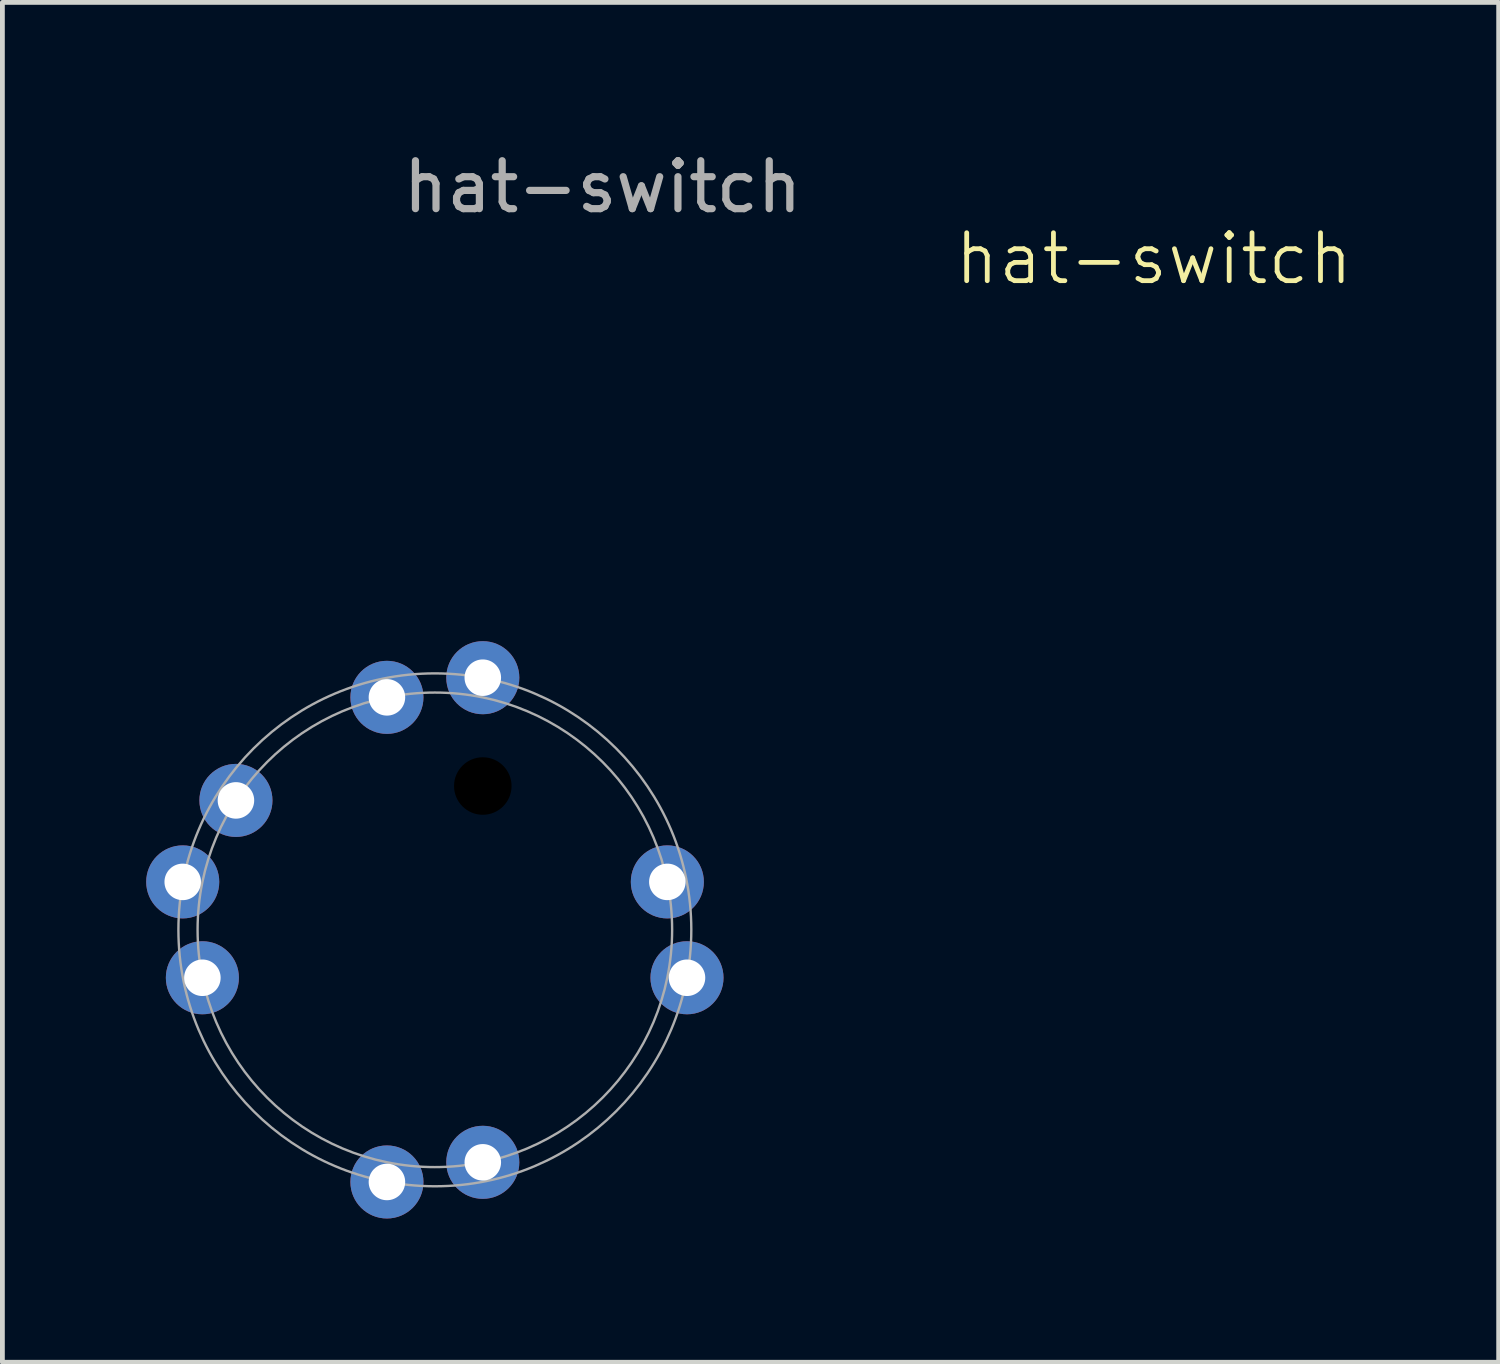
<source format=kicad_pcb>
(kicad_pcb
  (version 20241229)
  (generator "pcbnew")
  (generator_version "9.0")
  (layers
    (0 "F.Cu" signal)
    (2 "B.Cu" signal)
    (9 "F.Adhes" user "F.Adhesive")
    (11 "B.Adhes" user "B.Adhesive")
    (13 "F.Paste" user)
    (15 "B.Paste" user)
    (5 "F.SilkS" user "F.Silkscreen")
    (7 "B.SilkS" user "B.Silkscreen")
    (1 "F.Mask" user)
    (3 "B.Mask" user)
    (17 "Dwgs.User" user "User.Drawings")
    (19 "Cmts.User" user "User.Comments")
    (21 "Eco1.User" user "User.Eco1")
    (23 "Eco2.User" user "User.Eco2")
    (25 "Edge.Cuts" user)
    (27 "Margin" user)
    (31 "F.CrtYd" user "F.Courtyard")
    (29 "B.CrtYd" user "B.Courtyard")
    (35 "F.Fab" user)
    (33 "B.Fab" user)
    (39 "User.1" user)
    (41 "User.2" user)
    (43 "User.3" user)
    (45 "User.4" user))
  (footprint "hat-switch"
    (layer "F.Cu")
    (at 6.022 16.348)
    (property "Reference" "hat-switch" (at 15 -14 0) (unlocked yes) (layer "F.SilkS") (effects (font (size 1 1) (thickness 0.1))))
    (attr through_hole)
    (fp_circle (center 0 0) (end 4.95 0) (stroke (width 0.05) (type default)) (fill no) (layer "F.Fab"))
    (fp_circle (center 0 0) (end 5.35 0) (stroke (width 0.05) (type default)) (fill no) (layer "F.Fab"))
    (fp_text user "${REFERENCE}" (at 3.5 -15.5 0) (unlocked yes) (layer "F.Fab") (effects (font (size 1 1) (thickness 0.15))))
    (pad "" np_thru_hole circle (at 1 -3) (size 1.2 1.2) (drill 1.2) (layers "*.Mask"))
    (pad "1" thru_hole circle (at 1 4.85) (size 1.524 1.524) (drill 0.762) (layers "*.Cu" "*.Mask"))
    (pad "2" thru_hole circle (at 4.85 -1) (size 1.524 1.524) (drill 0.762) (layers "*.Cu" "*.Mask"))
    (pad "3" thru_hole circle (at -1 -4.85) (size 1.524 1.524) (drill 0.762) (layers "*.Cu" "*.Mask"))
    (pad "4" thru_hole circle (at -4.85 1) (size 1.524 1.524) (drill 0.762) (layers "*.Cu" "*.Mask"))
    (pad "5" thru_hole circle (at -5.26 -1) (size 1.524 1.524) (drill 0.762) (layers "*.Cu" "*.Mask"))
    (pad "5" thru_hole circle (at -1 5.26) (size 1.524 1.524) (drill 0.762) (layers "*.Cu" "*.Mask"))
    (pad "5" thru_hole circle (at 5.26 1) (size 1.524 1.524) (drill 0.762) (layers "*.Cu" "*.Mask"))
    (pad "6" thru_hole circle (at 1 -5.26) (size 1.524 1.524) (drill 0.762) (layers "*.Cu" "*.Mask"))
    (pad "7" thru_hole circle (at -4.15 -2.7) (size 1.524 1.524) (drill 0.762) (layers "*.Cu" "*.Mask")))
  (gr_rect
    (start -3 -3)
    (end 28.215 25.37)
    (stroke (width 0.1) (type default))
    (fill no)
    (layer "Edge.Cuts")))
</source>
